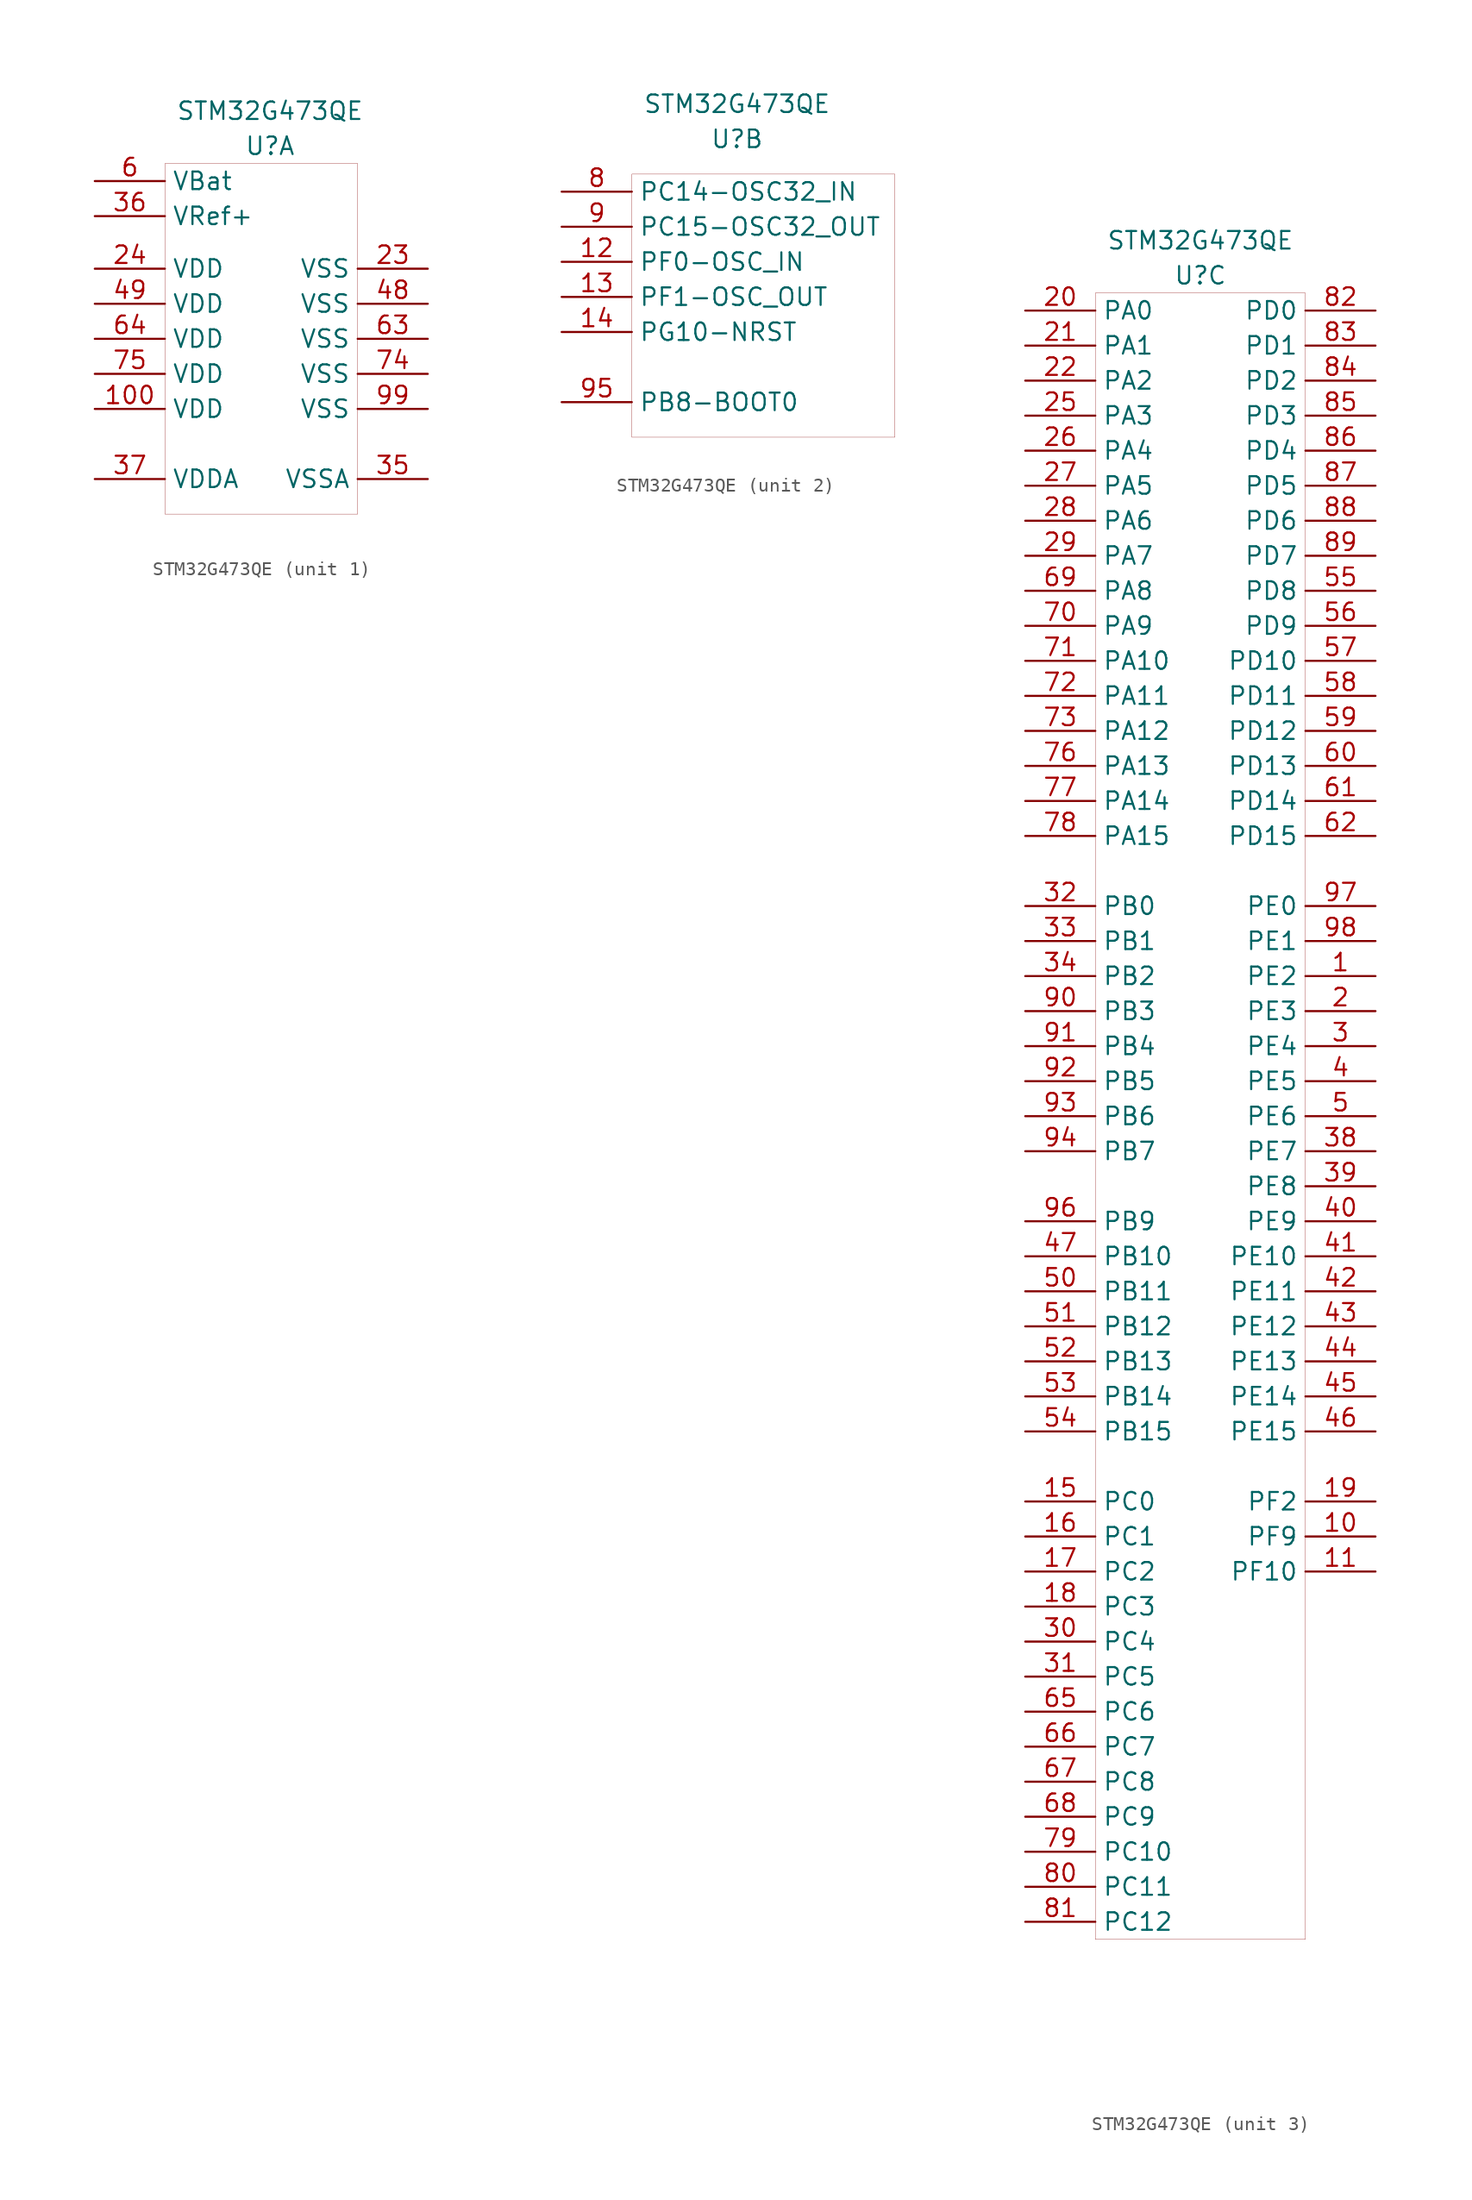
<source format=kicad_sym>
(kicad_symbol_lib
  (version 20201005)
  (generator kicad_symbol_editor)
  (symbol "Sven2:STM32G473QE"
    (property "Reference" "U"
      (at 0 3.81 0)
      (effects (font (size 1.27 1.27))))
    (property "Value" "STM32G473QE"
      (at 0 6.35 0)
      (effects (font (size 1.27 1.27))))
    (property "ki_locked" ""
      (at 0 0 0)
      (effects (font (size 1.27 1.27))))
    (symbol "STM32G473QE_1_1"
      (rectangle (start -7.62 2.54) (end 6.35 -22.86) (stroke (width 0.001)) (fill (type none)))
      (pin input line (at -12.7 1.27 0) (length 5.08) (name "VBat" (effects (font (size 1.27 1.27)))) (number "6" (effects (font (size 1.27 1.27)))))
      (pin input line (at 11.43 -5.08 180) (length 5.08) (name "VSS" (effects (font (size 1.27 1.27)))) (number "23" (effects (font (size 1.27 1.27)))))
      (pin input line (at -12.7 -5.08 0) (length 5.08) (name "VDD" (effects (font (size 1.27 1.27)))) (number "24" (effects (font (size 1.27 1.27)))))
      (pin input line (at -12.7 -1.27 0) (length 5.08) (name "VRef+" (effects (font (size 1.27 1.27)))) (number "36" (effects (font (size 1.27 1.27)))))
      (pin input line (at 11.43 -20.32 180) (length 5.08) (name "VSSA" (effects (font (size 1.27 1.27)))) (number "35" (effects (font (size 1.27 1.27)))))
      (pin input line (at -12.7 -20.32 0) (length 5.08) (name "VDDA" (effects (font (size 1.27 1.27)))) (number "37" (effects (font (size 1.27 1.27)))))
      (pin input line (at -12.7 -7.62 0) (length 5.08) (name "VDD" (effects (font (size 1.27 1.27)))) (number "49" (effects (font (size 1.27 1.27)))))
      (pin input line (at 11.43 -7.62 180) (length 5.08) (name "VSS" (effects (font (size 1.27 1.27)))) (number "48" (effects (font (size 1.27 1.27)))))
      (pin input line (at 11.43 -10.16 180) (length 5.08) (name "VSS" (effects (font (size 1.27 1.27)))) (number "63" (effects (font (size 1.27 1.27)))))
      (pin input line (at -12.7 -10.16 0) (length 5.08) (name "VDD" (effects (font (size 1.27 1.27)))) (number "64" (effects (font (size 1.27 1.27)))))
      (pin input line (at 11.43 -12.7 180) (length 5.08) (name "VSS" (effects (font (size 1.27 1.27)))) (number "74" (effects (font (size 1.27 1.27)))))
      (pin input line (at -12.7 -12.7 0) (length 5.08) (name "VDD" (effects (font (size 1.27 1.27)))) (number "75" (effects (font (size 1.27 1.27)))))
      (pin input line (at 11.43 -15.24 180) (length 5.08) (name "VSS" (effects (font (size 1.27 1.27)))) (number "99" (effects (font (size 1.27 1.27)))))
      (pin input line (at -12.7 -15.24 0) (length 5.08) (name "VDD" (effects (font (size 1.27 1.27)))) (number "100" (effects (font (size 1.27 1.27))))))
    (symbol "STM32G473QE_2_1"
      (rectangle (start -7.62 1.27) (end 11.43 -17.78) (stroke (width 0.001)) (fill (type none)))
      (pin bidirectional line (at -12.7 0 0) (length 5.08) (name "PC14-OSC32_IN" (effects (font (size 1.27 1.27)))) (number "8" (effects (font (size 1.27 1.27)))))
      (pin bidirectional line (at -12.7 -2.54 0) (length 5.08) (name "PC15-OSC32_OUT" (effects (font (size 1.27 1.27)))) (number "9" (effects (font (size 1.27 1.27)))))
      (pin bidirectional line (at -12.7 -5.08 0) (length 5.08) (name "PF0-OSC_IN" (effects (font (size 1.27 1.27)))) (number "12" (effects (font (size 1.27 1.27)))))
      (pin bidirectional line (at -12.7 -7.62 0) (length 5.08) (name "PF1-OSC_OUT" (effects (font (size 1.27 1.27)))) (number "13" (effects (font (size 1.27 1.27)))))
      (pin bidirectional line (at -12.7 -10.16 0) (length 5.08) (name "PG10-NRST" (effects (font (size 1.27 1.27)))) (number "14" (effects (font (size 1.27 1.27)))))
      (pin bidirectional line (at -12.7 -15.24 0) (length 5.08) (name "PB8-BOOT0" (effects (font (size 1.27 1.27)))) (number "95" (effects (font (size 1.27 1.27))))))
    (symbol "STM32G473QE_3_1"
      (rectangle (start -7.62 2.54) (end 7.62 -116.84) (stroke (width 0.001)) (fill (type none)))
      (pin bidirectional line (at -12.7 1.27 0) (length 5.08) (name "PA0" (effects (font (size 1.27 1.27)))) (number "20" (effects (font (size 1.27 1.27)))))
      (pin bidirectional line (at -12.7 -1.27 0) (length 5.08) (name "PA1" (effects (font (size 1.27 1.27)))) (number "21" (effects (font (size 1.27 1.27)))))
      (pin bidirectional line (at -12.7 -3.81 0) (length 5.08) (name "PA2" (effects (font (size 1.27 1.27)))) (number "22" (effects (font (size 1.27 1.27)))))
      (pin bidirectional line (at -12.7 -6.35 0) (length 5.08) (name "PA3" (effects (font (size 1.27 1.27)))) (number "25" (effects (font (size 1.27 1.27)))))
      (pin bidirectional line (at -12.7 -8.89 0) (length 5.08) (name "PA4" (effects (font (size 1.27 1.27)))) (number "26" (effects (font (size 1.27 1.27)))))
      (pin bidirectional line (at -12.7 -11.43 0) (length 5.08) (name "PA5" (effects (font (size 1.27 1.27)))) (number "27" (effects (font (size 1.27 1.27)))))
      (pin bidirectional line (at -12.7 -13.97 0) (length 5.08) (name "PA6" (effects (font (size 1.27 1.27)))) (number "28" (effects (font (size 1.27 1.27)))))
      (pin bidirectional line (at -12.7 -16.51 0) (length 5.08) (name "PA7" (effects (font (size 1.27 1.27)))) (number "29" (effects (font (size 1.27 1.27)))))
      (pin bidirectional line (at -12.7 -19.05 0) (length 5.08) (name "PA8" (effects (font (size 1.27 1.27)))) (number "69" (effects (font (size 1.27 1.27)))))
      (pin bidirectional line (at -12.7 -21.59 0) (length 5.08) (name "PA9" (effects (font (size 1.27 1.27)))) (number "70" (effects (font (size 1.27 1.27)))))
      (pin bidirectional line (at -12.7 -24.13 0) (length 5.08) (name "PA10" (effects (font (size 1.27 1.27)))) (number "71" (effects (font (size 1.27 1.27)))))
      (pin bidirectional line (at -12.7 -26.67 0) (length 5.08) (name "PA11" (effects (font (size 1.27 1.27)))) (number "72" (effects (font (size 1.27 1.27)))))
      (pin bidirectional line (at -12.7 -29.21 0) (length 5.08) (name "PA12" (effects (font (size 1.27 1.27)))) (number "73" (effects (font (size 1.27 1.27)))))
      (pin bidirectional line (at -12.7 -31.75 0) (length 5.08) (name "PA13" (effects (font (size 1.27 1.27)))) (number "76" (effects (font (size 1.27 1.27)))))
      (pin bidirectional line (at -12.7 -34.29 0) (length 5.08) (name "PA14" (effects (font (size 1.27 1.27)))) (number "77" (effects (font (size 1.27 1.27)))))
      (pin bidirectional line (at -12.7 -36.83 0) (length 5.08) (name "PA15" (effects (font (size 1.27 1.27)))) (number "78" (effects (font (size 1.27 1.27)))))
      (pin bidirectional line (at -12.7 -44.45 0) (length 5.08) (name "PB1" (effects (font (size 1.27 1.27)))) (number "33" (effects (font (size 1.27 1.27)))))
      (pin bidirectional line (at -12.7 -46.99 0) (length 5.08) (name "PB2" (effects (font (size 1.27 1.27)))) (number "34" (effects (font (size 1.27 1.27)))))
      (pin bidirectional line (at -12.7 -41.91 0) (length 5.08) (name "PB0" (effects (font (size 1.27 1.27)))) (number "32" (effects (font (size 1.27 1.27)))))
      (pin bidirectional line (at -12.7 -49.53 0) (length 5.08) (name "PB3" (effects (font (size 1.27 1.27)))) (number "90" (effects (font (size 1.27 1.27)))))
      (pin bidirectional line (at -12.7 -52.07 0) (length 5.08) (name "PB4" (effects (font (size 1.27 1.27)))) (number "91" (effects (font (size 1.27 1.27)))))
      (pin bidirectional line (at -12.7 -54.61 0) (length 5.08) (name "PB5" (effects (font (size 1.27 1.27)))) (number "92" (effects (font (size 1.27 1.27)))))
      (pin bidirectional line (at -12.7 -57.15 0) (length 5.08) (name "PB6" (effects (font (size 1.27 1.27)))) (number "93" (effects (font (size 1.27 1.27)))))
      (pin bidirectional line (at -12.7 -59.69 0) (length 5.08) (name "PB7" (effects (font (size 1.27 1.27)))) (number "94" (effects (font (size 1.27 1.27)))))
      (pin bidirectional line (at -12.7 -64.77 0) (length 5.08) (name "PB9" (effects (font (size 1.27 1.27)))) (number "96" (effects (font (size 1.27 1.27)))))
      (pin bidirectional line (at -12.7 -67.31 0) (length 5.08) (name "PB10" (effects (font (size 1.27 1.27)))) (number "47" (effects (font (size 1.27 1.27)))))
      (pin bidirectional line (at -12.7 -69.85 0) (length 5.08) (name "PB11" (effects (font (size 1.27 1.27)))) (number "50" (effects (font (size 1.27 1.27)))))
      (pin bidirectional line (at -12.7 -72.39 0) (length 5.08) (name "PB12" (effects (font (size 1.27 1.27)))) (number "51" (effects (font (size 1.27 1.27)))))
      (pin bidirectional line (at -12.7 -74.93 0) (length 5.08) (name "PB13" (effects (font (size 1.27 1.27)))) (number "52" (effects (font (size 1.27 1.27)))))
      (pin bidirectional line (at -12.7 -77.47 0) (length 5.08) (name "PB14" (effects (font (size 1.27 1.27)))) (number "53" (effects (font (size 1.27 1.27)))))
      (pin bidirectional line (at -12.7 -80.01 0) (length 5.08) (name "PB15" (effects (font (size 1.27 1.27)))) (number "54" (effects (font (size 1.27 1.27)))))
      (pin bidirectional line (at -12.7 -85.09 0) (length 5.08) (name "PC0" (effects (font (size 1.27 1.27)))) (number "15" (effects (font (size 1.27 1.27)))))
      (pin bidirectional line (at -12.7 -87.63 0) (length 5.08) (name "PC1" (effects (font (size 1.27 1.27)))) (number "16" (effects (font (size 1.27 1.27)))))
      (pin bidirectional line (at -12.7 -90.17 0) (length 5.08) (name "PC2" (effects (font (size 1.27 1.27)))) (number "17" (effects (font (size 1.27 1.27)))))
      (pin bidirectional line (at -12.7 -92.71 0) (length 5.08) (name "PC3" (effects (font (size 1.27 1.27)))) (number "18" (effects (font (size 1.27 1.27)))))
      (pin bidirectional line (at -12.7 -95.25 0) (length 5.08) (name "PC4" (effects (font (size 1.27 1.27)))) (number "30" (effects (font (size 1.27 1.27)))))
      (pin bidirectional line (at -12.7 -97.79 0) (length 5.08) (name "PC5" (effects (font (size 1.27 1.27)))) (number "31" (effects (font (size 1.27 1.27)))))
      (pin bidirectional line (at -12.7 -100.33 0) (length 5.08) (name "PC6" (effects (font (size 1.27 1.27)))) (number "65" (effects (font (size 1.27 1.27)))))
      (pin bidirectional line (at -12.7 -102.87 0) (length 5.08) (name "PC7" (effects (font (size 1.27 1.27)))) (number "66" (effects (font (size 1.27 1.27)))))
      (pin bidirectional line (at -12.7 -105.41 0) (length 5.08) (name "PC8" (effects (font (size 1.27 1.27)))) (number "67" (effects (font (size 1.27 1.27)))))
      (pin bidirectional line (at -12.7 -107.95 0) (length 5.08) (name "PC9" (effects (font (size 1.27 1.27)))) (number "68" (effects (font (size 1.27 1.27)))))
      (pin bidirectional line (at -12.7 -110.49 0) (length 5.08) (name "PC10" (effects (font (size 1.27 1.27)))) (number "79" (effects (font (size 1.27 1.27)))))
      (pin bidirectional line (at -12.7 -113.03 0) (length 5.08) (name "PC11" (effects (font (size 1.27 1.27)))) (number "80" (effects (font (size 1.27 1.27)))))
      (pin bidirectional line (at -12.7 -115.57 0) (length 5.08) (name "PC12" (effects (font (size 1.27 1.27)))) (number "81" (effects (font (size 1.27 1.27)))))
      (pin bidirectional line (at 12.7 1.27 180) (length 5.08) (name "PD0" (effects (font (size 1.27 1.27)))) (number "82" (effects (font (size 1.27 1.27)))))
      (pin bidirectional line (at 12.7 -1.27 180) (length 5.08) (name "PD1" (effects (font (size 1.27 1.27)))) (number "83" (effects (font (size 1.27 1.27)))))
      (pin bidirectional line (at 12.7 -3.81 180) (length 5.08) (name "PD2" (effects (font (size 1.27 1.27)))) (number "84" (effects (font (size 1.27 1.27)))))
      (pin bidirectional line (at 12.7 -8.89 180) (length 5.08) (name "PD4" (effects (font (size 1.27 1.27)))) (number "86" (effects (font (size 1.27 1.27)))))
      (pin bidirectional line (at 12.7 -6.35 180) (length 5.08) (name "PD3" (effects (font (size 1.27 1.27)))) (number "85" (effects (font (size 1.27 1.27)))))
      (pin bidirectional line (at 12.7 -11.43 180) (length 5.08) (name "PD5" (effects (font (size 1.27 1.27)))) (number "87" (effects (font (size 1.27 1.27)))))
      (pin bidirectional line (at 12.7 -13.97 180) (length 5.08) (name "PD6" (effects (font (size 1.27 1.27)))) (number "88" (effects (font (size 1.27 1.27)))))
      (pin bidirectional line (at 12.7 -16.51 180) (length 5.08) (name "PD7" (effects (font (size 1.27 1.27)))) (number "89" (effects (font (size 1.27 1.27)))))
      (pin bidirectional line (at 12.7 -19.05 180) (length 5.08) (name "PD8" (effects (font (size 1.27 1.27)))) (number "55" (effects (font (size 1.27 1.27)))))
      (pin bidirectional line (at 12.7 -21.59 180) (length 5.08) (name "PD9" (effects (font (size 1.27 1.27)))) (number "56" (effects (font (size 1.27 1.27)))))
      (pin bidirectional line (at 12.7 -24.13 180) (length 5.08) (name "PD10" (effects (font (size 1.27 1.27)))) (number "57" (effects (font (size 1.27 1.27)))))
      (pin bidirectional line (at 12.7 -26.67 180) (length 5.08) (name "PD11" (effects (font (size 1.27 1.27)))) (number "58" (effects (font (size 1.27 1.27)))))
      (pin bidirectional line (at 12.7 -29.21 180) (length 5.08) (name "PD12" (effects (font (size 1.27 1.27)))) (number "59" (effects (font (size 1.27 1.27)))))
      (pin bidirectional line (at 12.7 -34.29 180) (length 5.08) (name "PD14" (effects (font (size 1.27 1.27)))) (number "61" (effects (font (size 1.27 1.27)))))
      (pin bidirectional line (at 12.7 -31.75 180) (length 5.08) (name "PD13" (effects (font (size 1.27 1.27)))) (number "60" (effects (font (size 1.27 1.27)))))
      (pin bidirectional line (at 12.7 -36.83 180) (length 5.08) (name "PD15" (effects (font (size 1.27 1.27)))) (number "62" (effects (font (size 1.27 1.27)))))
      (pin bidirectional line (at 12.7 -41.91 180) (length 5.08) (name "PE0" (effects (font (size 1.27 1.27)))) (number "97" (effects (font (size 1.27 1.27)))))
      (pin bidirectional line (at 12.7 -44.45 180) (length 5.08) (name "PE1" (effects (font (size 1.27 1.27)))) (number "98" (effects (font (size 1.27 1.27)))))
      (pin bidirectional line (at 12.7 -46.99 180) (length 5.08) (name "PE2" (effects (font (size 1.27 1.27)))) (number "1" (effects (font (size 1.27 1.27)))))
      (pin bidirectional line (at 12.7 -49.53 180) (length 5.08) (name "PE3" (effects (font (size 1.27 1.27)))) (number "2" (effects (font (size 1.27 1.27)))))
      (pin bidirectional line (at 12.7 -52.07 180) (length 5.08) (name "PE4" (effects (font (size 1.27 1.27)))) (number "3" (effects (font (size 1.27 1.27)))))
      (pin bidirectional line (at 12.7 -54.61 180) (length 5.08) (name "PE5" (effects (font (size 1.27 1.27)))) (number "4" (effects (font (size 1.27 1.27)))))
      (pin bidirectional line (at 12.7 -57.15 180) (length 5.08) (name "PE6" (effects (font (size 1.27 1.27)))) (number "5" (effects (font (size 1.27 1.27)))))
      (pin bidirectional line (at 12.7 -59.69 180) (length 5.08) (name "PE7" (effects (font (size 1.27 1.27)))) (number "38" (effects (font (size 1.27 1.27)))))
      (pin bidirectional line (at 12.7 -62.23 180) (length 5.08) (name "PE8" (effects (font (size 1.27 1.27)))) (number "39" (effects (font (size 1.27 1.27)))))
      (pin bidirectional line (at 12.7 -64.77 180) (length 5.08) (name "PE9" (effects (font (size 1.27 1.27)))) (number "40" (effects (font (size 1.27 1.27)))))
      (pin bidirectional line (at 12.7 -67.31 180) (length 5.08) (name "PE10" (effects (font (size 1.27 1.27)))) (number "41" (effects (font (size 1.27 1.27)))))
      (pin bidirectional line (at 12.7 -69.85 180) (length 5.08) (name "PE11" (effects (font (size 1.27 1.27)))) (number "42" (effects (font (size 1.27 1.27)))))
      (pin bidirectional line (at 12.7 -72.39 180) (length 5.08) (name "PE12" (effects (font (size 1.27 1.27)))) (number "43" (effects (font (size 1.27 1.27)))))
      (pin bidirectional line (at 12.7 -74.93 180) (length 5.08) (name "PE13" (effects (font (size 1.27 1.27)))) (number "44" (effects (font (size 1.27 1.27)))))
      (pin bidirectional line (at 12.7 -77.47 180) (length 5.08) (name "PE14" (effects (font (size 1.27 1.27)))) (number "45" (effects (font (size 1.27 1.27)))))
      (pin bidirectional line (at 12.7 -80.01 180) (length 5.08) (name "PE15" (effects (font (size 1.27 1.27)))) (number "46" (effects (font (size 1.27 1.27)))))
      (pin bidirectional line (at 12.7 -85.09 180) (length 5.08) (name "PF2" (effects (font (size 1.27 1.27)))) (number "19" (effects (font (size 1.27 1.27)))))
      (pin bidirectional line (at 12.7 -87.63 180) (length 5.08) (name "PF9" (effects (font (size 1.27 1.27)))) (number "10" (effects (font (size 1.27 1.27)))))
      (pin bidirectional line (at 12.7 -90.17 180) (length 5.08) (name "PF10" (effects (font (size 1.27 1.27)))) (number "11" (effects (font (size 1.27 1.27))))))))
</source>
